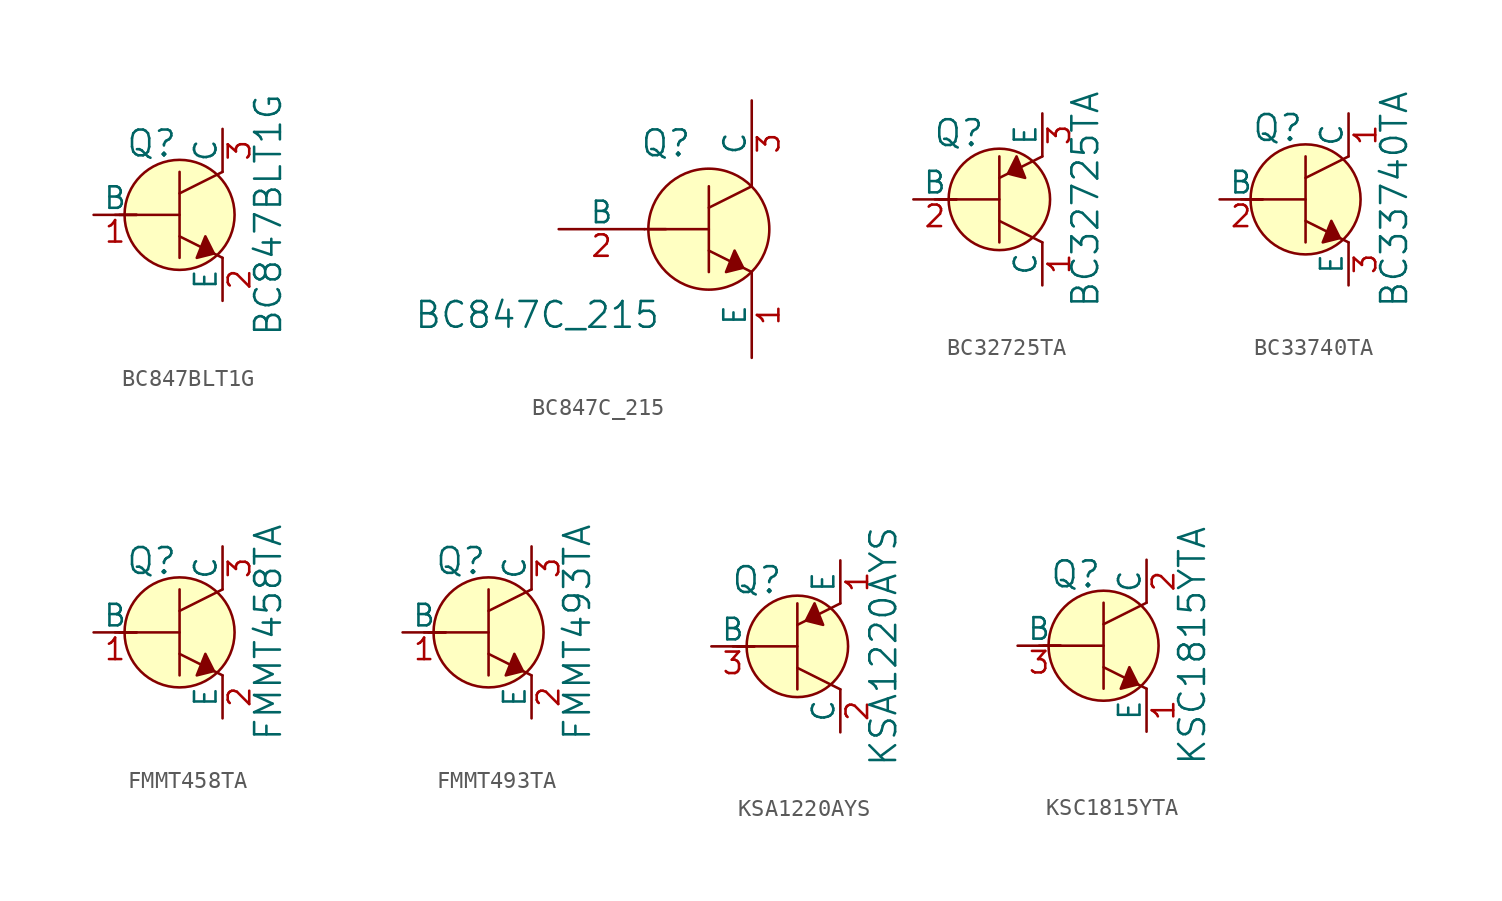
<source format=kicad_sym>
(kicad_symbol_lib
  (version 20211014)
  (generator kicad_symbol_editor)
  (symbol "BC847BLT1G"
    (pin_names
      (offset 0))
    (property "Reference" "Q"
      (at -3.2 4.216 0)
      (effects (font (size 1.524 1.524)) (justify left)))
    (property "Value" "BC847BLT1G"
      (at 5.232 0 90)
      (effects (font (size 1.524 1.524))))
    (symbol "BC847BLT1G_0_1"
      (polyline (pts (xy -3.81 0) (xy -2.54 0)) (stroke (width 0) (type default) (color 0 0 0 0)) (fill (type none)))
      (polyline (pts (xy -3.556 0) (xy 0 0)) (stroke (width 0) (type default) (color 0 0 0 0)) (fill (type none)))
      (polyline (pts (xy 0 -1.27) (xy 2.54 -2.54)) (stroke (width 0) (type default) (color 0 0 0 0)) (fill (type none)))
      (polyline (pts (xy 0 1.27) (xy 2.54 2.54)) (stroke (width 0) (type default) (color 0 0 0 0)) (fill (type none)))
      (polyline (pts (xy 0 2.54) (xy 0 -2.54)) (stroke (width 0) (type default) (color 0 0 0 0)) (fill (type none)))
      (polyline (pts (xy 1.524 -1.27) (xy 2.032 -2.286) (xy 1.016 -2.54) (xy 1.524 -1.27)) (stroke (width 0) (type default) (color 0 0 0 0)) (fill (type outline)))
      (circle (center 0 0) (radius 3.251) (stroke (width 0) (type default) (color 0 0 0 0)) (fill (type background))))
    (symbol "BC847BLT1G_1_1"
      (pin input line (at -5.08 0 0) (length 2.54) (name "B" (effects (font (size 1.27 1.27)))) (number "1" (effects (font (size 1.27 1.27)))))
      (pin passive line (at 2.54 -5.08 90) (length 2.54) (name "E" (effects (font (size 1.27 1.27)))) (number "2" (effects (font (size 1.27 1.27)))))
      (pin passive line (at 2.54 5.08 270) (length 2.54) (name "C" (effects (font (size 1.27 1.27)))) (number "3" (effects (font (size 1.27 1.27)))))))
  (symbol "BC847C_215"
    (pin_names
      (offset 0))
    (property "Reference" "Q"
      (at -2.54 5.08 0)
      (effects (font (size 1.524 1.524))))
    (property "Value" "BC847C_215"
      (at -10.16 -5.08 0)
      (effects (font (size 1.524 1.524))))
    (symbol "BC847C_215_0_1"
      (polyline (pts (xy -3.81 0) (xy -2.54 0)) (stroke (width 0) (type default) (color 0 0 0 0)) (fill (type none)))
      (polyline (pts (xy -3.556 0) (xy 0 0)) (stroke (width 0) (type default) (color 0 0 0 0)) (fill (type none)))
      (polyline (pts (xy 0 -1.27) (xy 2.54 -2.54)) (stroke (width 0) (type default) (color 0 0 0 0)) (fill (type none)))
      (polyline (pts (xy 0 1.27) (xy 2.54 2.54)) (stroke (width 0) (type default) (color 0 0 0 0)) (fill (type none)))
      (polyline (pts (xy 0 2.54) (xy 0 -2.54)) (stroke (width 0) (type default) (color 0 0 0 0)) (fill (type none)))
      (polyline (pts (xy 1.524 -1.27) (xy 2.032 -2.286) (xy 1.016 -2.54) (xy 1.524 -1.27)) (stroke (width 0) (type default) (color 0 0 0 0)) (fill (type outline)))
      (circle (center 0 0) (radius 3.581) (stroke (width 0) (type default) (color 0 0 0 0)) (fill (type background))))
    (symbol "BC847C_215_1_1"
      (pin input line (at 2.54 -7.62 90) (length 5.08) (name "E" (effects (font (size 1.27 1.27)))) (number "1" (effects (font (size 1.27 1.27)))))
      (pin input line (at -8.89 0 0) (length 5.08) (name "B" (effects (font (size 1.27 1.27)))) (number "2" (effects (font (size 1.27 1.27)))))
      (pin input line (at 2.54 7.62 270) (length 5.08) (name "C" (effects (font (size 1.27 1.27)))) (number "3" (effects (font (size 1.27 1.27)))))))
  (symbol "BC32725TA"
    (pin_names
      (offset 0))
    (property "Reference" "Q"
      (at -2.388 3.912 0)
      (effects (font (size 1.524 1.524))))
    (property "Value" "BC32725TA"
      (at 5.08 0 90)
      (effects (font (size 1.524 1.524))))
    (symbol "BC32725TA_0_1"
      (polyline (pts (xy -3.81 0) (xy -2.54 0)) (stroke (width 0) (type default) (color 0 0 0 0)) (fill (type none)))
      (polyline (pts (xy -3.556 0) (xy 0 0)) (stroke (width 0) (type default) (color 0 0 0 0)) (fill (type none)))
      (polyline (pts (xy 0 -1.27) (xy 2.54 -2.54)) (stroke (width 0) (type default) (color 0 0 0 0)) (fill (type none)))
      (polyline (pts (xy 0 1.27) (xy 2.54 2.54)) (stroke (width 0) (type default) (color 0 0 0 0)) (fill (type none)))
      (polyline (pts (xy 0 2.54) (xy 0 -2.54)) (stroke (width 0) (type default) (color 0 0 0 0)) (fill (type none)))
      (polyline (pts (xy 1.016 2.54) (xy 0.508 1.524) (xy 1.524 1.27) (xy 1.016 2.54)) (stroke (width 0) (type default) (color 0 0 0 0)) (fill (type outline)))
      (circle (center 0 0) (radius 2.997) (stroke (width 0) (type default) (color 0 0 0 0)) (fill (type background))))
    (symbol "BC32725TA_1_1"
      (pin passive line (at 2.54 -5.08 90) (length 2.54) (name "C" (effects (font (size 1.27 1.27)))) (number "1" (effects (font (size 1.27 1.27)))))
      (pin input line (at -5.08 0 0) (length 2.54) (name "B" (effects (font (size 1.27 1.27)))) (number "2" (effects (font (size 1.27 1.27)))))
      (pin passive line (at 2.54 5.08 270) (length 2.54) (name "E" (effects (font (size 1.27 1.27)))) (number "3" (effects (font (size 1.27 1.27)))))))
  (symbol "BC33740TA"
    (pin_names
      (offset 0))
    (property "Reference" "Q"
      (at -3.2 4.216 0)
      (effects (font (size 1.524 1.524)) (justify left)))
    (property "Value" "BC33740TA"
      (at 5.232 0 90)
      (effects (font (size 1.524 1.524))))
    (symbol "BC33740TA_0_1"
      (polyline (pts (xy -3.81 0) (xy -2.54 0)) (stroke (width 0) (type default) (color 0 0 0 0)) (fill (type none)))
      (polyline (pts (xy -3.556 0) (xy 0 0)) (stroke (width 0) (type default) (color 0 0 0 0)) (fill (type none)))
      (polyline (pts (xy 0 -1.27) (xy 2.54 -2.54)) (stroke (width 0) (type default) (color 0 0 0 0)) (fill (type none)))
      (polyline (pts (xy 0 1.27) (xy 2.54 2.54)) (stroke (width 0) (type default) (color 0 0 0 0)) (fill (type none)))
      (polyline (pts (xy 0 2.54) (xy 0 -2.54)) (stroke (width 0) (type default) (color 0 0 0 0)) (fill (type none)))
      (polyline (pts (xy 1.524 -1.27) (xy 2.032 -2.286) (xy 1.016 -2.54) (xy 1.524 -1.27)) (stroke (width 0) (type default) (color 0 0 0 0)) (fill (type outline)))
      (circle (center 0 0) (radius 3.251) (stroke (width 0) (type default) (color 0 0 0 0)) (fill (type background))))
    (symbol "BC33740TA_1_1"
      (pin passive line (at 2.54 5.08 270) (length 2.54) (name "C" (effects (font (size 1.27 1.27)))) (number "1" (effects (font (size 1.27 1.27)))))
      (pin input line (at -5.08 0 0) (length 2.54) (name "B" (effects (font (size 1.27 1.27)))) (number "2" (effects (font (size 1.27 1.27)))))
      (pin passive line (at 2.54 -5.08 90) (length 2.54) (name "E" (effects (font (size 1.27 1.27)))) (number "3" (effects (font (size 1.27 1.27)))))))
  (symbol "FMMT458TA"
    (pin_names
      (offset 0))
    (property "Reference" "Q"
      (at -3.2 4.216 0)
      (effects (font (size 1.524 1.524)) (justify left)))
    (property "Value" "FMMT458TA"
      (at 5.232 0 90)
      (effects (font (size 1.524 1.524))))
    (symbol "FMMT458TA_0_1"
      (polyline (pts (xy -3.81 0) (xy -2.54 0)) (stroke (width 0) (type default) (color 0 0 0 0)) (fill (type none)))
      (polyline (pts (xy -3.556 0) (xy 0 0)) (stroke (width 0) (type default) (color 0 0 0 0)) (fill (type none)))
      (polyline (pts (xy 0 -1.27) (xy 2.54 -2.54)) (stroke (width 0) (type default) (color 0 0 0 0)) (fill (type none)))
      (polyline (pts (xy 0 1.27) (xy 2.54 2.54)) (stroke (width 0) (type default) (color 0 0 0 0)) (fill (type none)))
      (polyline (pts (xy 0 2.54) (xy 0 -2.54)) (stroke (width 0) (type default) (color 0 0 0 0)) (fill (type none)))
      (polyline (pts (xy 1.524 -1.27) (xy 2.032 -2.286) (xy 1.016 -2.54) (xy 1.524 -1.27)) (stroke (width 0) (type default) (color 0 0 0 0)) (fill (type outline)))
      (circle (center 0 0) (radius 3.251) (stroke (width 0) (type default) (color 0 0 0 0)) (fill (type background))))
    (symbol "FMMT458TA_1_1"
      (pin input line (at -5.08 0 0) (length 2.54) (name "B" (effects (font (size 1.27 1.27)))) (number "1" (effects (font (size 1.27 1.27)))))
      (pin passive line (at 2.54 -5.08 90) (length 2.54) (name "E" (effects (font (size 1.27 1.27)))) (number "2" (effects (font (size 1.27 1.27)))))
      (pin passive line (at 2.54 5.08 270) (length 2.54) (name "C" (effects (font (size 1.27 1.27)))) (number "3" (effects (font (size 1.27 1.27)))))))
  (symbol "FMMT493TA"
    (pin_names
      (offset 0))
    (property "Reference" "Q"
      (at -3.2 4.216 0)
      (effects (font (size 1.524 1.524)) (justify left)))
    (property "Value" "FMMT493TA"
      (at 5.232 0 90)
      (effects (font (size 1.524 1.524))))
    (symbol "FMMT493TA_0_1"
      (polyline (pts (xy -3.81 0) (xy -2.54 0)) (stroke (width 0) (type default) (color 0 0 0 0)) (fill (type none)))
      (polyline (pts (xy -3.556 0) (xy 0 0)) (stroke (width 0) (type default) (color 0 0 0 0)) (fill (type none)))
      (polyline (pts (xy 0 -1.27) (xy 2.54 -2.54)) (stroke (width 0) (type default) (color 0 0 0 0)) (fill (type none)))
      (polyline (pts (xy 0 1.27) (xy 2.54 2.54)) (stroke (width 0) (type default) (color 0 0 0 0)) (fill (type none)))
      (polyline (pts (xy 0 2.54) (xy 0 -2.54)) (stroke (width 0) (type default) (color 0 0 0 0)) (fill (type none)))
      (polyline (pts (xy 1.524 -1.27) (xy 2.032 -2.286) (xy 1.016 -2.54) (xy 1.524 -1.27)) (stroke (width 0) (type default) (color 0 0 0 0)) (fill (type outline)))
      (circle (center 0 0) (radius 3.251) (stroke (width 0) (type default) (color 0 0 0 0)) (fill (type background))))
    (symbol "FMMT493TA_1_1"
      (pin input line (at -5.08 0 0) (length 2.54) (name "B" (effects (font (size 1.27 1.27)))) (number "1" (effects (font (size 1.27 1.27)))))
      (pin passive line (at 2.54 -5.08 90) (length 2.54) (name "E" (effects (font (size 1.27 1.27)))) (number "2" (effects (font (size 1.27 1.27)))))
      (pin passive line (at 2.54 5.08 270) (length 2.54) (name "C" (effects (font (size 1.27 1.27)))) (number "3" (effects (font (size 1.27 1.27)))))))
  (symbol "KSA1220AYS"
    (pin_names
      (offset 0))
    (property "Reference" "Q"
      (at -2.388 3.912 0)
      (effects (font (size 1.524 1.524))))
    (property "Value" "KSA1220AYS"
      (at 5.08 0 90)
      (effects (font (size 1.524 1.524))))
    (symbol "KSA1220AYS_0_1"
      (polyline (pts (xy -3.81 0) (xy -2.54 0)) (stroke (width 0) (type default) (color 0 0 0 0)) (fill (type none)))
      (polyline (pts (xy -3.556 0) (xy 0 0)) (stroke (width 0) (type default) (color 0 0 0 0)) (fill (type none)))
      (polyline (pts (xy 0 -1.27) (xy 2.54 -2.54)) (stroke (width 0) (type default) (color 0 0 0 0)) (fill (type none)))
      (polyline (pts (xy 0 1.27) (xy 2.54 2.54)) (stroke (width 0) (type default) (color 0 0 0 0)) (fill (type none)))
      (polyline (pts (xy 0 2.54) (xy 0 -2.54)) (stroke (width 0) (type default) (color 0 0 0 0)) (fill (type none)))
      (polyline (pts (xy 1.016 2.54) (xy 0.508 1.524) (xy 1.524 1.27) (xy 1.016 2.54)) (stroke (width 0) (type default) (color 0 0 0 0)) (fill (type outline)))
      (circle (center 0 0) (radius 2.997) (stroke (width 0) (type default) (color 0 0 0 0)) (fill (type background))))
    (symbol "KSA1220AYS_1_1"
      (pin passive line (at 2.54 5.08 270) (length 2.54) (name "E" (effects (font (size 1.27 1.27)))) (number "1" (effects (font (size 1.27 1.27)))))
      (pin passive line (at 2.54 -5.08 90) (length 2.54) (name "C" (effects (font (size 1.27 1.27)))) (number "2" (effects (font (size 1.27 1.27)))))
      (pin input line (at -5.08 0 0) (length 2.54) (name "B" (effects (font (size 1.27 1.27)))) (number "3" (effects (font (size 1.27 1.27)))))))
  (symbol "KSC1815YTA"
    (pin_names
      (offset 0))
    (property "Reference" "Q"
      (at -3.2 4.216 0)
      (effects (font (size 1.524 1.524)) (justify left)))
    (property "Value" "KSC1815YTA"
      (at 5.232 0 90)
      (effects (font (size 1.524 1.524))))
    (symbol "KSC1815YTA_0_1"
      (polyline (pts (xy -3.81 0) (xy -2.54 0)) (stroke (width 0) (type default) (color 0 0 0 0)) (fill (type none)))
      (polyline (pts (xy -3.556 0) (xy 0 0)) (stroke (width 0) (type default) (color 0 0 0 0)) (fill (type none)))
      (polyline (pts (xy 0 -1.27) (xy 2.54 -2.54)) (stroke (width 0) (type default) (color 0 0 0 0)) (fill (type none)))
      (polyline (pts (xy 0 1.27) (xy 2.54 2.54)) (stroke (width 0) (type default) (color 0 0 0 0)) (fill (type none)))
      (polyline (pts (xy 0 2.54) (xy 0 -2.54)) (stroke (width 0) (type default) (color 0 0 0 0)) (fill (type none)))
      (polyline (pts (xy 1.524 -1.27) (xy 2.032 -2.286) (xy 1.016 -2.54) (xy 1.524 -1.27)) (stroke (width 0) (type default) (color 0 0 0 0)) (fill (type outline)))
      (circle (center 0 0) (radius 3.251) (stroke (width 0) (type default) (color 0 0 0 0)) (fill (type background))))
    (symbol "KSC1815YTA_1_1"
      (pin passive line (at 2.54 -5.08 90) (length 2.54) (name "E" (effects (font (size 1.27 1.27)))) (number "1" (effects (font (size 1.27 1.27)))))
      (pin passive line (at 2.54 5.08 270) (length 2.54) (name "C" (effects (font (size 1.27 1.27)))) (number "2" (effects (font (size 1.27 1.27)))))
      (pin input line (at -5.08 0 0) (length 2.54) (name "B" (effects (font (size 1.27 1.27)))) (number "3" (effects (font (size 1.27 1.27))))))))
</source>
